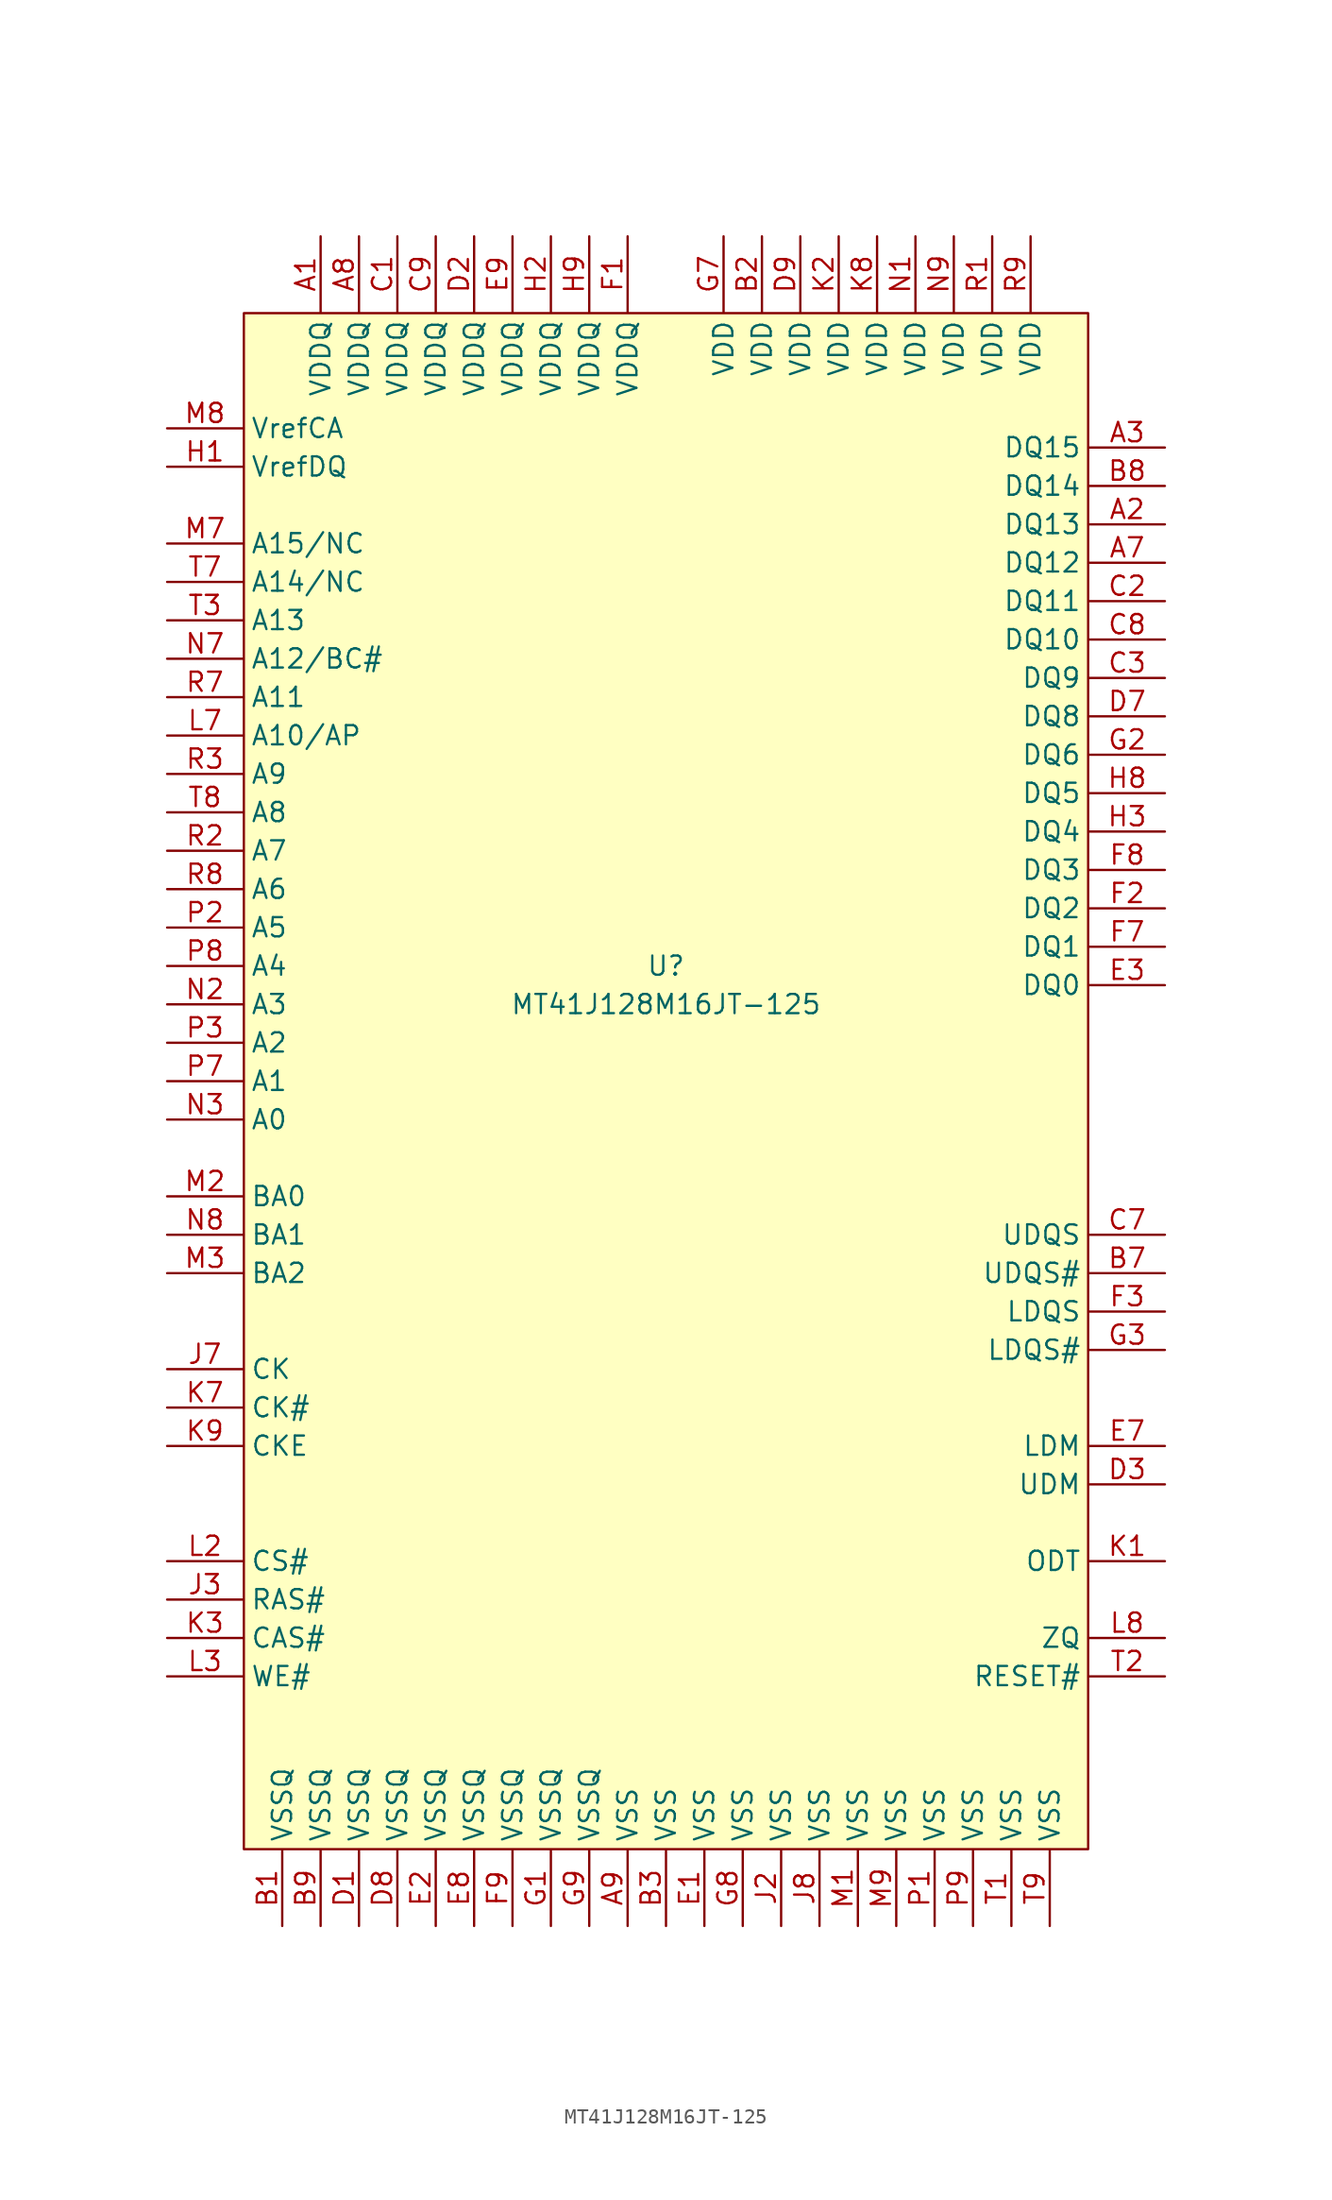
<source format=kicad_sym>
(kicad_symbol_lib
  (version 20211014)
  (generator kicad_symbol_editor)
  (symbol "MT41J128M16JT-125"
    (property "Reference" "U"
      (at 1.27 1.27 0)
      (effects (font (size 1.27 1.27))))
    (property "Value" "MT41J128M16JT-125"
      (at 1.27 -1.27 0)
      (effects (font (size 1.27 1.27))))
    (symbol "MT41J128M16JT-125_0_1"
      (rectangle (start -26.67 44.45) (end 29.21 -57.15) (stroke (width 0) (type default) (color 0 0 0 0)) (fill (type background))))
    (symbol "MT41J128M16JT-125_1_1"
      (pin input line (at -21.59 49.53 270) (length 5) (name "VDDQ" (effects (font (size 1.27 1.27)))) (number "A1" (effects (font (size 1.27 1.27)))))
      (pin input line (at 34.29 30.48 180) (length 5) (name "DQ13" (effects (font (size 1.27 1.27)))) (number "A2" (effects (font (size 1.27 1.27)))))
      (pin input line (at 34.29 35.56 180) (length 5) (name "DQ15" (effects (font (size 1.27 1.27)))) (number "A3" (effects (font (size 1.27 1.27)))))
      (pin input line (at 34.29 27.94 180) (length 5) (name "DQ12" (effects (font (size 1.27 1.27)))) (number "A7" (effects (font (size 1.27 1.27)))))
      (pin input line (at -19.05 49.53 270) (length 5) (name "VDDQ" (effects (font (size 1.27 1.27)))) (number "A8" (effects (font (size 1.27 1.27)))))
      (pin input line (at -1.27 -62.23 90) (length 5) (name "VSS" (effects (font (size 1.27 1.27)))) (number "A9" (effects (font (size 1.27 1.27)))))
      (pin input line (at -24.13 -62.23 90) (length 5) (name "VSSQ" (effects (font (size 1.27 1.27)))) (number "B1" (effects (font (size 1.27 1.27)))))
      (pin input line (at 7.62 49.53 270) (length 5) (name "VDD" (effects (font (size 1.27 1.27)))) (number "B2" (effects (font (size 1.27 1.27)))))
      (pin input line (at 1.27 -62.23 90) (length 5) (name "VSS" (effects (font (size 1.27 1.27)))) (number "B3" (effects (font (size 1.27 1.27)))))
      (pin input line (at 34.29 -19.05 180) (length 5) (name "UDQS#" (effects (font (size 1.27 1.27)))) (number "B7" (effects (font (size 1.27 1.27)))))
      (pin input line (at 34.29 33.02 180) (length 5) (name "DQ14" (effects (font (size 1.27 1.27)))) (number "B8" (effects (font (size 1.27 1.27)))))
      (pin input line (at -21.59 -62.23 90) (length 5) (name "VSSQ" (effects (font (size 1.27 1.27)))) (number "B9" (effects (font (size 1.27 1.27)))))
      (pin input line (at -16.51 49.53 270) (length 5) (name "VDDQ" (effects (font (size 1.27 1.27)))) (number "C1" (effects (font (size 1.27 1.27)))))
      (pin input line (at 34.29 25.4 180) (length 5) (name "DQ11" (effects (font (size 1.27 1.27)))) (number "C2" (effects (font (size 1.27 1.27)))))
      (pin input line (at 34.29 20.32 180) (length 5) (name "DQ9" (effects (font (size 1.27 1.27)))) (number "C3" (effects (font (size 1.27 1.27)))))
      (pin input line (at 34.29 -16.51 180) (length 5) (name "UDQS" (effects (font (size 1.27 1.27)))) (number "C7" (effects (font (size 1.27 1.27)))))
      (pin input line (at 34.29 22.86 180) (length 5) (name "DQ10" (effects (font (size 1.27 1.27)))) (number "C8" (effects (font (size 1.27 1.27)))))
      (pin input line (at -13.97 49.53 270) (length 5) (name "VDDQ" (effects (font (size 1.27 1.27)))) (number "C9" (effects (font (size 1.27 1.27)))))
      (pin input line (at -19.05 -62.23 90) (length 5) (name "VSSQ" (effects (font (size 1.27 1.27)))) (number "D1" (effects (font (size 1.27 1.27)))))
      (pin input line (at -11.43 49.53 270) (length 5) (name "VDDQ" (effects (font (size 1.27 1.27)))) (number "D2" (effects (font (size 1.27 1.27)))))
      (pin input line (at 34.29 -33.02 180) (length 5) (name "UDM" (effects (font (size 1.27 1.27)))) (number "D3" (effects (font (size 1.27 1.27)))))
      (pin input line (at 34.29 17.78 180) (length 5) (name "DQ8" (effects (font (size 1.27 1.27)))) (number "D7" (effects (font (size 1.27 1.27)))))
      (pin input line (at -16.51 -62.23 90) (length 5) (name "VSSQ" (effects (font (size 1.27 1.27)))) (number "D8" (effects (font (size 1.27 1.27)))))
      (pin input line (at 10.16 49.53 270) (length 5) (name "VDD" (effects (font (size 1.27 1.27)))) (number "D9" (effects (font (size 1.27 1.27)))))
      (pin input line (at 3.81 -62.23 90) (length 5) (name "VSS" (effects (font (size 1.27 1.27)))) (number "E1" (effects (font (size 1.27 1.27)))))
      (pin input line (at -13.97 -62.23 90) (length 5) (name "VSSQ" (effects (font (size 1.27 1.27)))) (number "E2" (effects (font (size 1.27 1.27)))))
      (pin input line (at 34.29 0 180) (length 5) (name "DQ0" (effects (font (size 1.27 1.27)))) (number "E3" (effects (font (size 1.27 1.27)))))
      (pin input line (at 34.29 -30.48 180) (length 5) (name "LDM" (effects (font (size 1.27 1.27)))) (number "E7" (effects (font (size 1.27 1.27)))))
      (pin input line (at -11.43 -62.23 90) (length 5) (name "VSSQ" (effects (font (size 1.27 1.27)))) (number "E8" (effects (font (size 1.27 1.27)))))
      (pin input line (at -8.89 49.53 270) (length 5) (name "VDDQ" (effects (font (size 1.27 1.27)))) (number "E9" (effects (font (size 1.27 1.27)))))
      (pin input line (at -1.27 49.53 270) (length 5) (name "VDDQ" (effects (font (size 1.27 1.27)))) (number "F1" (effects (font (size 1.27 1.27)))))
      (pin input line (at 34.29 5.08 180) (length 5) (name "DQ2" (effects (font (size 1.27 1.27)))) (number "F2" (effects (font (size 1.27 1.27)))))
      (pin input line (at 34.29 -21.59 180) (length 5) (name "LDQS" (effects (font (size 1.27 1.27)))) (number "F3" (effects (font (size 1.27 1.27)))))
      (pin input line (at 34.29 2.54 180) (length 5) (name "DQ1" (effects (font (size 1.27 1.27)))) (number "F7" (effects (font (size 1.27 1.27)))))
      (pin input line (at 34.29 7.62 180) (length 5) (name "DQ3" (effects (font (size 1.27 1.27)))) (number "F8" (effects (font (size 1.27 1.27)))))
      (pin input line (at -8.89 -62.23 90) (length 5) (name "VSSQ" (effects (font (size 1.27 1.27)))) (number "F9" (effects (font (size 1.27 1.27)))))
      (pin input line (at -6.35 -62.23 90) (length 5) (name "VSSQ" (effects (font (size 1.27 1.27)))) (number "G1" (effects (font (size 1.27 1.27)))))
      (pin input line (at 34.29 15.24 180) (length 5) (name "DQ6" (effects (font (size 1.27 1.27)))) (number "G2" (effects (font (size 1.27 1.27)))))
      (pin input line (at 34.29 -24.13 180) (length 5) (name "LDQS#" (effects (font (size 1.27 1.27)))) (number "G3" (effects (font (size 1.27 1.27)))))
      (pin input line (at 5.08 49.53 270) (length 5) (name "VDD" (effects (font (size 1.27 1.27)))) (number "G7" (effects (font (size 1.27 1.27)))))
      (pin input line (at 6.35 -62.23 90) (length 5) (name "VSS" (effects (font (size 1.27 1.27)))) (number "G8" (effects (font (size 1.27 1.27)))))
      (pin input line (at -3.81 -62.23 90) (length 5) (name "VSSQ" (effects (font (size 1.27 1.27)))) (number "G9" (effects (font (size 1.27 1.27)))))
      (pin input line (at -31.75 34.29 0) (length 5) (name "VrefDQ" (effects (font (size 1.27 1.27)))) (number "H1" (effects (font (size 1.27 1.27)))))
      (pin input line (at -6.35 49.53 270) (length 5) (name "VDDQ" (effects (font (size 1.27 1.27)))) (number "H2" (effects (font (size 1.27 1.27)))))
      (pin input line (at 34.29 10.16 180) (length 5) (name "DQ4" (effects (font (size 1.27 1.27)))) (number "H3" (effects (font (size 1.27 1.27)))))
      (pin input line (at 34.29 12.7 180) (length 5) (name "DQ5" (effects (font (size 1.27 1.27)))) (number "H8" (effects (font (size 1.27 1.27)))))
      (pin input line (at -3.81 49.53 270) (length 5) (name "VDDQ" (effects (font (size 1.27 1.27)))) (number "H9" (effects (font (size 1.27 1.27)))))
      (pin input line (at 8.89 -62.23 90) (length 5) (name "VSS" (effects (font (size 1.27 1.27)))) (number "J2" (effects (font (size 1.27 1.27)))))
      (pin input line (at -31.75 -40.64 0) (length 5) (name "RAS#" (effects (font (size 1.27 1.27)))) (number "J3" (effects (font (size 1.27 1.27)))))
      (pin input line (at -31.75 -25.4 0) (length 5) (name "CK" (effects (font (size 1.27 1.27)))) (number "J7" (effects (font (size 1.27 1.27)))))
      (pin input line (at 11.43 -62.23 90) (length 5) (name "VSS" (effects (font (size 1.27 1.27)))) (number "J8" (effects (font (size 1.27 1.27)))))
      (pin input line (at 34.29 -38.1 180) (length 5) (name "ODT" (effects (font (size 1.27 1.27)))) (number "K1" (effects (font (size 1.27 1.27)))))
      (pin input line (at 12.7 49.53 270) (length 5) (name "VDD" (effects (font (size 1.27 1.27)))) (number "K2" (effects (font (size 1.27 1.27)))))
      (pin input line (at -31.75 -43.18 0) (length 5) (name "CAS#" (effects (font (size 1.27 1.27)))) (number "K3" (effects (font (size 1.27 1.27)))))
      (pin input line (at -31.75 -27.94 0) (length 5) (name "CK#" (effects (font (size 1.27 1.27)))) (number "K7" (effects (font (size 1.27 1.27)))))
      (pin input line (at 15.24 49.53 270) (length 5) (name "VDD" (effects (font (size 1.27 1.27)))) (number "K8" (effects (font (size 1.27 1.27)))))
      (pin input line (at -31.75 -30.48 0) (length 5) (name "CKE" (effects (font (size 1.27 1.27)))) (number "K9" (effects (font (size 1.27 1.27)))))
      (pin input line (at -31.75 -38.1 0) (length 5) (name "CS#" (effects (font (size 1.27 1.27)))) (number "L2" (effects (font (size 1.27 1.27)))))
      (pin input line (at -31.75 -45.72 0) (length 5) (name "WE#" (effects (font (size 1.27 1.27)))) (number "L3" (effects (font (size 1.27 1.27)))))
      (pin input line (at -31.75 16.51 0) (length 5) (name "A10/AP" (effects (font (size 1.27 1.27)))) (number "L7" (effects (font (size 1.27 1.27)))))
      (pin input line (at 34.29 -43.18 180) (length 5) (name "ZQ" (effects (font (size 1.27 1.27)))) (number "L8" (effects (font (size 1.27 1.27)))))
      (pin input line (at 13.97 -62.23 90) (length 5) (name "VSS" (effects (font (size 1.27 1.27)))) (number "M1" (effects (font (size 1.27 1.27)))))
      (pin input line (at -31.75 -13.97 0) (length 5) (name "BA0" (effects (font (size 1.27 1.27)))) (number "M2" (effects (font (size 1.27 1.27)))))
      (pin input line (at -31.75 -19.05 0) (length 5) (name "BA2" (effects (font (size 1.27 1.27)))) (number "M3" (effects (font (size 1.27 1.27)))))
      (pin input line (at -31.75 29.21 0) (length 5) (name "A15/NC" (effects (font (size 1.27 1.27)))) (number "M7" (effects (font (size 1.27 1.27)))))
      (pin input line (at -31.75 36.83 0) (length 5) (name "VrefCA" (effects (font (size 1.27 1.27)))) (number "M8" (effects (font (size 1.27 1.27)))))
      (pin input line (at 16.51 -62.23 90) (length 5) (name "VSS" (effects (font (size 1.27 1.27)))) (number "M9" (effects (font (size 1.27 1.27)))))
      (pin input line (at 17.78 49.53 270) (length 5) (name "VDD" (effects (font (size 1.27 1.27)))) (number "N1" (effects (font (size 1.27 1.27)))))
      (pin input line (at -31.75 -1.27 0) (length 5) (name "A3" (effects (font (size 1.27 1.27)))) (number "N2" (effects (font (size 1.27 1.27)))))
      (pin input line (at -31.75 -8.89 0) (length 5) (name "A0" (effects (font (size 1.27 1.27)))) (number "N3" (effects (font (size 1.27 1.27)))))
      (pin input line (at -31.75 21.59 0) (length 5) (name "A12/BC#" (effects (font (size 1.27 1.27)))) (number "N7" (effects (font (size 1.27 1.27)))))
      (pin input line (at -31.75 -16.51 0) (length 5) (name "BA1" (effects (font (size 1.27 1.27)))) (number "N8" (effects (font (size 1.27 1.27)))))
      (pin input line (at 20.32 49.53 270) (length 5) (name "VDD" (effects (font (size 1.27 1.27)))) (number "N9" (effects (font (size 1.27 1.27)))))
      (pin input line (at 19.05 -62.23 90) (length 5) (name "VSS" (effects (font (size 1.27 1.27)))) (number "P1" (effects (font (size 1.27 1.27)))))
      (pin input line (at -31.75 3.81 0) (length 5) (name "A5" (effects (font (size 1.27 1.27)))) (number "P2" (effects (font (size 1.27 1.27)))))
      (pin input line (at -31.75 -3.81 0) (length 5) (name "A2" (effects (font (size 1.27 1.27)))) (number "P3" (effects (font (size 1.27 1.27)))))
      (pin input line (at -31.75 -6.35 0) (length 5) (name "A1" (effects (font (size 1.27 1.27)))) (number "P7" (effects (font (size 1.27 1.27)))))
      (pin input line (at -31.75 1.27 0) (length 5) (name "A4" (effects (font (size 1.27 1.27)))) (number "P8" (effects (font (size 1.27 1.27)))))
      (pin input line (at 21.59 -62.23 90) (length 5) (name "VSS" (effects (font (size 1.27 1.27)))) (number "P9" (effects (font (size 1.27 1.27)))))
      (pin input line (at 22.86 49.53 270) (length 5) (name "VDD" (effects (font (size 1.27 1.27)))) (number "R1" (effects (font (size 1.27 1.27)))))
      (pin input line (at -31.75 8.89 0) (length 5) (name "A7" (effects (font (size 1.27 1.27)))) (number "R2" (effects (font (size 1.27 1.27)))))
      (pin input line (at -31.75 13.97 0) (length 5) (name "A9" (effects (font (size 1.27 1.27)))) (number "R3" (effects (font (size 1.27 1.27)))))
      (pin input line (at -31.75 19.05 0) (length 5) (name "A11" (effects (font (size 1.27 1.27)))) (number "R7" (effects (font (size 1.27 1.27)))))
      (pin input line (at -31.75 6.35 0) (length 5) (name "A6" (effects (font (size 1.27 1.27)))) (number "R8" (effects (font (size 1.27 1.27)))))
      (pin input line (at 25.4 49.53 270) (length 5) (name "VDD" (effects (font (size 1.27 1.27)))) (number "R9" (effects (font (size 1.27 1.27)))))
      (pin input line (at 24.13 -62.23 90) (length 5) (name "VSS" (effects (font (size 1.27 1.27)))) (number "T1" (effects (font (size 1.27 1.27)))))
      (pin input line (at 34.29 -45.72 180) (length 5) (name "RESET#" (effects (font (size 1.27 1.27)))) (number "T2" (effects (font (size 1.27 1.27)))))
      (pin input line (at -31.75 24.13 0) (length 5) (name "A13" (effects (font (size 1.27 1.27)))) (number "T3" (effects (font (size 1.27 1.27)))))
      (pin input line (at -31.75 26.67 0) (length 5) (name "A14/NC" (effects (font (size 1.27 1.27)))) (number "T7" (effects (font (size 1.27 1.27)))))
      (pin input line (at -31.75 11.43 0) (length 5) (name "A8" (effects (font (size 1.27 1.27)))) (number "T8" (effects (font (size 1.27 1.27)))))
      (pin input line (at 26.67 -62.23 90) (length 5) (name "VSS" (effects (font (size 1.27 1.27)))) (number "T9" (effects (font (size 1.27 1.27))))))))
</source>
